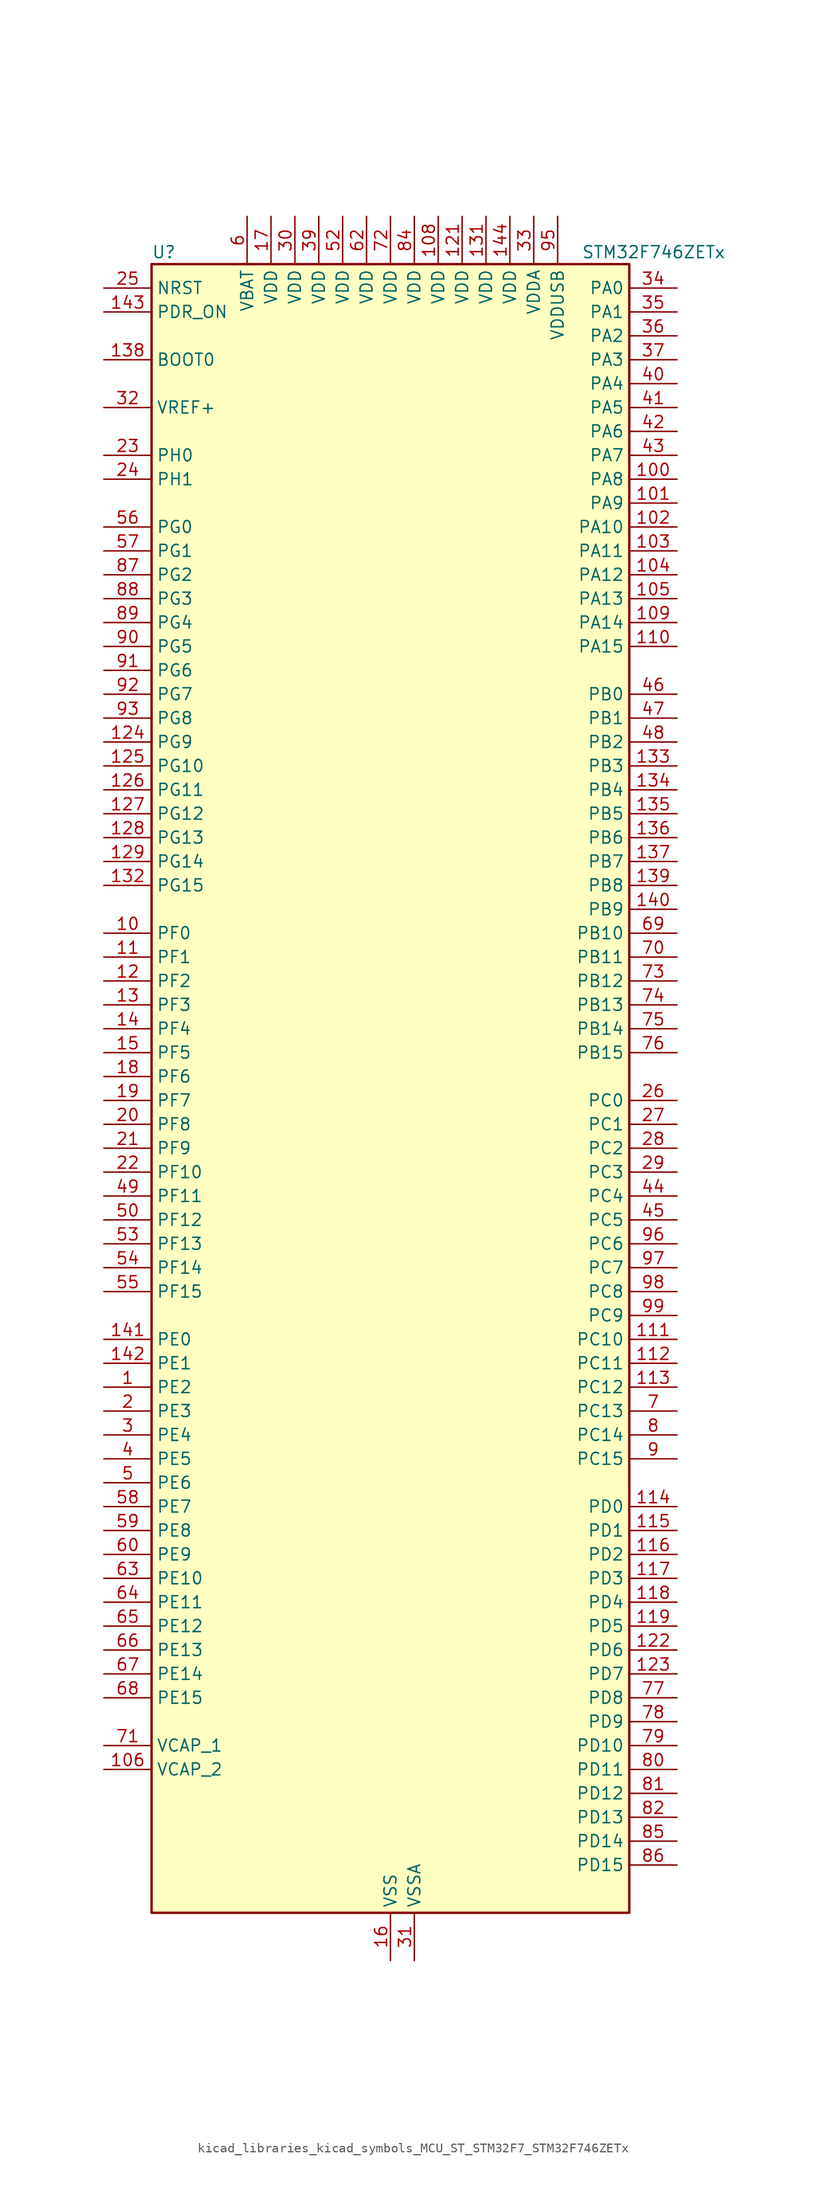
<source format=kicad_sym>
(kicad_symbol_lib
  (version 20220914)
  (generator kicad_symbol_editor)
  (symbol "kicad_libraries_kicad_symbols_MCU_ST_STM32F7_STM32F746ZETx"
    (property "Reference" "U"
      (at -25.4 90.17 0)
      (effects (font (size 1.27 1.27)) (justify left)))
    (property "Value" "STM32F746ZETx"
      (at 20.32 90.17 0)
      (effects (font (size 1.27 1.27)) (justify left)))
    (property "ki_locked" ""
      (at 0 0 0)
      (effects (font (size 1.27 1.27))))
    (symbol "kicad_libraries_kicad_symbols_MCU_ST_STM32F7_STM32F746ZETx_0_1"
      (rectangle (start -25.4 -86.36) (end 25.4 88.9) (stroke (width 0.254) (type default)) (fill (type background))))
    (symbol "kicad_libraries_kicad_symbols_MCU_ST_STM32F7_STM32F746ZETx_1_1"
      (pin bidirectional line (at -30.48 -30.48 0) (length 5.08) (name "PE2" (effects (font (size 1.27 1.27)))) (number "1" (effects (font (size 1.27 1.27)))) (alternate "ETH_TXD3" bidirectional line) (alternate "FMC_A23" bidirectional line) (alternate "QUADSPI_BK1_IO2" bidirectional line) (alternate "SAI1_MCLK_A" bidirectional line) (alternate "SPI4_SCK" bidirectional line) (alternate "SYS_TRACECLK" bidirectional line))
      (pin bidirectional line (at -30.48 17.78 0) (length 5.08) (name "PF0" (effects (font (size 1.27 1.27)))) (number "10" (effects (font (size 1.27 1.27)))) (alternate "FMC_A0" bidirectional line) (alternate "I2C2_SDA" bidirectional line))
      (pin bidirectional line (at 30.48 66.04 180) (length 5.08) (name "PA8" (effects (font (size 1.27 1.27)))) (number "100" (effects (font (size 1.27 1.27)))) (alternate "I2C3_SCL" bidirectional line) (alternate "LTDC_R6" bidirectional line) (alternate "RCC_MCO_1" bidirectional line) (alternate "TIM1_CH1" bidirectional line) (alternate "TIM8_BKIN2" bidirectional line) (alternate "USART1_CK" bidirectional line) (alternate "USB_OTG_FS_SOF" bidirectional line))
      (pin bidirectional line (at 30.48 63.5 180) (length 5.08) (name "PA9" (effects (font (size 1.27 1.27)))) (number "101" (effects (font (size 1.27 1.27)))) (alternate "DAC_EXTI9" bidirectional line) (alternate "DCMI_D0" bidirectional line) (alternate "I2C3_SMBA" bidirectional line) (alternate "I2S2_CK" bidirectional line) (alternate "SPI2_SCK" bidirectional line) (alternate "TIM1_CH2" bidirectional line) (alternate "USART1_TX" bidirectional line) (alternate "USB_OTG_FS_VBUS" bidirectional line))
      (pin bidirectional line (at 30.48 60.96 180) (length 5.08) (name "PA10" (effects (font (size 1.27 1.27)))) (number "102" (effects (font (size 1.27 1.27)))) (alternate "DCMI_D1" bidirectional line) (alternate "TIM1_CH3" bidirectional line) (alternate "USART1_RX" bidirectional line) (alternate "USB_OTG_FS_ID" bidirectional line))
      (pin bidirectional line (at 30.48 58.42 180) (length 5.08) (name "PA11" (effects (font (size 1.27 1.27)))) (number "103" (effects (font (size 1.27 1.27)))) (alternate "ADC1_EXTI11" bidirectional line) (alternate "ADC2_EXTI11" bidirectional line) (alternate "ADC3_EXTI11" bidirectional line) (alternate "CAN1_RX" bidirectional line) (alternate "LTDC_R4" bidirectional line) (alternate "TIM1_CH4" bidirectional line) (alternate "USART1_CTS" bidirectional line) (alternate "USB_OTG_FS_DM" bidirectional line))
      (pin bidirectional line (at 30.48 55.88 180) (length 5.08) (name "PA12" (effects (font (size 1.27 1.27)))) (number "104" (effects (font (size 1.27 1.27)))) (alternate "CAN1_TX" bidirectional line) (alternate "LTDC_R5" bidirectional line) (alternate "SAI2_FS_B" bidirectional line) (alternate "TIM1_ETR" bidirectional line) (alternate "USART1_DE" bidirectional line) (alternate "USART1_RTS" bidirectional line) (alternate "USB_OTG_FS_DP" bidirectional line))
      (pin bidirectional line (at 30.48 53.34 180) (length 5.08) (name "PA13" (effects (font (size 1.27 1.27)))) (number "105" (effects (font (size 1.27 1.27)))) (alternate "SYS_JTMS-SWDIO" bidirectional line))
      (pin power_out line (at -30.48 -71.12 0) (length 5.08) (name "VCAP_2" (effects (font (size 1.27 1.27)))) (number "106" (effects (font (size 1.27 1.27)))))
      (pin passive line (at 0 -91.44 90) (length 5.08) hide (name "VSS" (effects (font (size 1.27 1.27)))) (number "107" (effects (font (size 1.27 1.27)))))
      (pin power_in line (at 5.08 93.98 270) (length 5.08) (name "VDD" (effects (font (size 1.27 1.27)))) (number "108" (effects (font (size 1.27 1.27)))))
      (pin bidirectional line (at 30.48 50.8 180) (length 5.08) (name "PA14" (effects (font (size 1.27 1.27)))) (number "109" (effects (font (size 1.27 1.27)))) (alternate "SYS_JTCK-SWCLK" bidirectional line))
      (pin bidirectional line (at -30.48 15.24 0) (length 5.08) (name "PF1" (effects (font (size 1.27 1.27)))) (number "11" (effects (font (size 1.27 1.27)))) (alternate "FMC_A1" bidirectional line) (alternate "I2C2_SCL" bidirectional line))
      (pin bidirectional line (at 30.48 48.26 180) (length 5.08) (name "PA15" (effects (font (size 1.27 1.27)))) (number "110" (effects (font (size 1.27 1.27)))) (alternate "CEC" bidirectional line) (alternate "I2S1_WS" bidirectional line) (alternate "I2S3_WS" bidirectional line) (alternate "SPI1_NSS" bidirectional line) (alternate "SPI3_NSS" bidirectional line) (alternate "SYS_JTDI" bidirectional line) (alternate "TIM2_CH1" bidirectional line) (alternate "TIM2_ETR" bidirectional line) (alternate "UART4_DE" bidirectional line) (alternate "UART4_RTS" bidirectional line))
      (pin bidirectional line (at 30.48 -25.4 180) (length 5.08) (name "PC10" (effects (font (size 1.27 1.27)))) (number "111" (effects (font (size 1.27 1.27)))) (alternate "DCMI_D8" bidirectional line) (alternate "I2S3_CK" bidirectional line) (alternate "LTDC_R2" bidirectional line) (alternate "QUADSPI_BK1_IO1" bidirectional line) (alternate "SDMMC1_D2" bidirectional line) (alternate "SPI3_SCK" bidirectional line) (alternate "UART4_TX" bidirectional line) (alternate "USART3_TX" bidirectional line))
      (pin bidirectional line (at 30.48 -27.94 180) (length 5.08) (name "PC11" (effects (font (size 1.27 1.27)))) (number "112" (effects (font (size 1.27 1.27)))) (alternate "ADC1_EXTI11" bidirectional line) (alternate "ADC2_EXTI11" bidirectional line) (alternate "ADC3_EXTI11" bidirectional line) (alternate "DCMI_D4" bidirectional line) (alternate "QUADSPI_BK2_NCS" bidirectional line) (alternate "SDMMC1_D3" bidirectional line) (alternate "SPI3_MISO" bidirectional line) (alternate "UART4_RX" bidirectional line) (alternate "USART3_RX" bidirectional line))
      (pin bidirectional line (at 30.48 -30.48 180) (length 5.08) (name "PC12" (effects (font (size 1.27 1.27)))) (number "113" (effects (font (size 1.27 1.27)))) (alternate "DCMI_D9" bidirectional line) (alternate "I2S3_SD" bidirectional line) (alternate "SDMMC1_CK" bidirectional line) (alternate "SPI3_MOSI" bidirectional line) (alternate "SYS_TRACED3" bidirectional line) (alternate "UART5_TX" bidirectional line) (alternate "USART3_CK" bidirectional line))
      (pin bidirectional line (at 30.48 -43.18 180) (length 5.08) (name "PD0" (effects (font (size 1.27 1.27)))) (number "114" (effects (font (size 1.27 1.27)))) (alternate "CAN1_RX" bidirectional line) (alternate "FMC_D2" bidirectional line) (alternate "FMC_DA2" bidirectional line))
      (pin bidirectional line (at 30.48 -45.72 180) (length 5.08) (name "PD1" (effects (font (size 1.27 1.27)))) (number "115" (effects (font (size 1.27 1.27)))) (alternate "CAN1_TX" bidirectional line) (alternate "FMC_D3" bidirectional line) (alternate "FMC_DA3" bidirectional line))
      (pin bidirectional line (at 30.48 -48.26 180) (length 5.08) (name "PD2" (effects (font (size 1.27 1.27)))) (number "116" (effects (font (size 1.27 1.27)))) (alternate "DCMI_D11" bidirectional line) (alternate "SDMMC1_CMD" bidirectional line) (alternate "SYS_TRACED2" bidirectional line) (alternate "TIM3_ETR" bidirectional line) (alternate "UART5_RX" bidirectional line))
      (pin bidirectional line (at 30.48 -50.8 180) (length 5.08) (name "PD3" (effects (font (size 1.27 1.27)))) (number "117" (effects (font (size 1.27 1.27)))) (alternate "DCMI_D5" bidirectional line) (alternate "FMC_CLK" bidirectional line) (alternate "I2S2_CK" bidirectional line) (alternate "LTDC_G7" bidirectional line) (alternate "SPI2_SCK" bidirectional line) (alternate "USART2_CTS" bidirectional line))
      (pin bidirectional line (at 30.48 -53.34 180) (length 5.08) (name "PD4" (effects (font (size 1.27 1.27)))) (number "118" (effects (font (size 1.27 1.27)))) (alternate "FMC_NOE" bidirectional line) (alternate "USART2_DE" bidirectional line) (alternate "USART2_RTS" bidirectional line))
      (pin bidirectional line (at 30.48 -55.88 180) (length 5.08) (name "PD5" (effects (font (size 1.27 1.27)))) (number "119" (effects (font (size 1.27 1.27)))) (alternate "FMC_NWE" bidirectional line) (alternate "USART2_TX" bidirectional line))
      (pin bidirectional line (at -30.48 12.7 0) (length 5.08) (name "PF2" (effects (font (size 1.27 1.27)))) (number "12" (effects (font (size 1.27 1.27)))) (alternate "FMC_A2" bidirectional line) (alternate "I2C2_SMBA" bidirectional line))
      (pin passive line (at 0 -91.44 90) (length 5.08) hide (name "VSS" (effects (font (size 1.27 1.27)))) (number "120" (effects (font (size 1.27 1.27)))))
      (pin power_in line (at 7.62 93.98 270) (length 5.08) (name "VDD" (effects (font (size 1.27 1.27)))) (number "121" (effects (font (size 1.27 1.27)))))
      (pin bidirectional line (at 30.48 -58.42 180) (length 5.08) (name "PD6" (effects (font (size 1.27 1.27)))) (number "122" (effects (font (size 1.27 1.27)))) (alternate "DCMI_D10" bidirectional line) (alternate "FMC_NWAIT" bidirectional line) (alternate "I2S3_SD" bidirectional line) (alternate "LTDC_B2" bidirectional line) (alternate "SAI1_SD_A" bidirectional line) (alternate "SPI3_MOSI" bidirectional line) (alternate "USART2_RX" bidirectional line))
      (pin bidirectional line (at 30.48 -60.96 180) (length 5.08) (name "PD7" (effects (font (size 1.27 1.27)))) (number "123" (effects (font (size 1.27 1.27)))) (alternate "FMC_NE1" bidirectional line) (alternate "SPDIFRX_IN0" bidirectional line) (alternate "USART2_CK" bidirectional line))
      (pin bidirectional line (at -30.48 38.1 0) (length 5.08) (name "PG9" (effects (font (size 1.27 1.27)))) (number "124" (effects (font (size 1.27 1.27)))) (alternate "DAC_EXTI9" bidirectional line) (alternate "DCMI_VSYNC" bidirectional line) (alternate "FMC_NCE" bidirectional line) (alternate "FMC_NE2" bidirectional line) (alternate "QUADSPI_BK2_IO2" bidirectional line) (alternate "SAI2_FS_B" bidirectional line) (alternate "SPDIFRX_IN3" bidirectional line) (alternate "USART6_RX" bidirectional line))
      (pin bidirectional line (at -30.48 35.56 0) (length 5.08) (name "PG10" (effects (font (size 1.27 1.27)))) (number "125" (effects (font (size 1.27 1.27)))) (alternate "DCMI_D2" bidirectional line) (alternate "FMC_NE3" bidirectional line) (alternate "LTDC_B2" bidirectional line) (alternate "LTDC_G3" bidirectional line) (alternate "SAI2_SD_B" bidirectional line))
      (pin bidirectional line (at -30.48 33.02 0) (length 5.08) (name "PG11" (effects (font (size 1.27 1.27)))) (number "126" (effects (font (size 1.27 1.27)))) (alternate "ADC1_EXTI11" bidirectional line) (alternate "ADC2_EXTI11" bidirectional line) (alternate "ADC3_EXTI11" bidirectional line) (alternate "DCMI_D3" bidirectional line) (alternate "ETH_TX_EN" bidirectional line) (alternate "LTDC_B3" bidirectional line) (alternate "SPDIFRX_IN0" bidirectional line))
      (pin bidirectional line (at -30.48 30.48 0) (length 5.08) (name "PG12" (effects (font (size 1.27 1.27)))) (number "127" (effects (font (size 1.27 1.27)))) (alternate "FMC_NE4" bidirectional line) (alternate "LPTIM1_IN1" bidirectional line) (alternate "LTDC_B1" bidirectional line) (alternate "LTDC_B4" bidirectional line) (alternate "SPDIFRX_IN1" bidirectional line) (alternate "SPI6_MISO" bidirectional line) (alternate "USART6_DE" bidirectional line) (alternate "USART6_RTS" bidirectional line))
      (pin bidirectional line (at -30.48 27.94 0) (length 5.08) (name "PG13" (effects (font (size 1.27 1.27)))) (number "128" (effects (font (size 1.27 1.27)))) (alternate "ETH_TXD0" bidirectional line) (alternate "FMC_A24" bidirectional line) (alternate "LPTIM1_OUT" bidirectional line) (alternate "LTDC_R0" bidirectional line) (alternate "SPI6_SCK" bidirectional line) (alternate "SYS_TRACED0" bidirectional line) (alternate "USART6_CTS" bidirectional line))
      (pin bidirectional line (at -30.48 25.4 0) (length 5.08) (name "PG14" (effects (font (size 1.27 1.27)))) (number "129" (effects (font (size 1.27 1.27)))) (alternate "ETH_TXD1" bidirectional line) (alternate "FMC_A25" bidirectional line) (alternate "LPTIM1_ETR" bidirectional line) (alternate "LTDC_B0" bidirectional line) (alternate "QUADSPI_BK2_IO3" bidirectional line) (alternate "SPI6_MOSI" bidirectional line) (alternate "SYS_TRACED1" bidirectional line) (alternate "USART6_TX" bidirectional line))
      (pin bidirectional line (at -30.48 10.16 0) (length 5.08) (name "PF3" (effects (font (size 1.27 1.27)))) (number "13" (effects (font (size 1.27 1.27)))) (alternate "ADC3_IN9" bidirectional line) (alternate "FMC_A3" bidirectional line))
      (pin passive line (at 0 -91.44 90) (length 5.08) hide (name "VSS" (effects (font (size 1.27 1.27)))) (number "130" (effects (font (size 1.27 1.27)))))
      (pin power_in line (at 10.16 93.98 270) (length 5.08) (name "VDD" (effects (font (size 1.27 1.27)))) (number "131" (effects (font (size 1.27 1.27)))))
      (pin bidirectional line (at -30.48 22.86 0) (length 5.08) (name "PG15" (effects (font (size 1.27 1.27)))) (number "132" (effects (font (size 1.27 1.27)))) (alternate "DCMI_D13" bidirectional line) (alternate "FMC_SDNCAS" bidirectional line) (alternate "USART6_CTS" bidirectional line))
      (pin bidirectional line (at 30.48 35.56 180) (length 5.08) (name "PB3" (effects (font (size 1.27 1.27)))) (number "133" (effects (font (size 1.27 1.27)))) (alternate "I2S1_CK" bidirectional line) (alternate "I2S3_CK" bidirectional line) (alternate "SPI1_SCK" bidirectional line) (alternate "SPI3_SCK" bidirectional line) (alternate "SYS_JTDO-SWO" bidirectional line) (alternate "TIM2_CH2" bidirectional line))
      (pin bidirectional line (at 30.48 33.02 180) (length 5.08) (name "PB4" (effects (font (size 1.27 1.27)))) (number "134" (effects (font (size 1.27 1.27)))) (alternate "I2S2_WS" bidirectional line) (alternate "SPI1_MISO" bidirectional line) (alternate "SPI2_NSS" bidirectional line) (alternate "SPI3_MISO" bidirectional line) (alternate "SYS_JTRST" bidirectional line) (alternate "TIM3_CH1" bidirectional line))
      (pin bidirectional line (at 30.48 30.48 180) (length 5.08) (name "PB5" (effects (font (size 1.27 1.27)))) (number "135" (effects (font (size 1.27 1.27)))) (alternate "CAN2_RX" bidirectional line) (alternate "DCMI_D10" bidirectional line) (alternate "ETH_PPS_OUT" bidirectional line) (alternate "FMC_SDCKE1" bidirectional line) (alternate "I2C1_SMBA" bidirectional line) (alternate "I2S1_SD" bidirectional line) (alternate "I2S3_SD" bidirectional line) (alternate "SPI1_MOSI" bidirectional line) (alternate "SPI3_MOSI" bidirectional line) (alternate "TIM3_CH2" bidirectional line) (alternate "USB_OTG_HS_ULPI_D7" bidirectional line))
      (pin bidirectional line (at 30.48 27.94 180) (length 5.08) (name "PB6" (effects (font (size 1.27 1.27)))) (number "136" (effects (font (size 1.27 1.27)))) (alternate "CAN2_TX" bidirectional line) (alternate "CEC" bidirectional line) (alternate "DCMI_D5" bidirectional line) (alternate "FMC_SDNE1" bidirectional line) (alternate "I2C1_SCL" bidirectional line) (alternate "QUADSPI_BK1_NCS" bidirectional line) (alternate "TIM4_CH1" bidirectional line) (alternate "USART1_TX" bidirectional line))
      (pin bidirectional line (at 30.48 25.4 180) (length 5.08) (name "PB7" (effects (font (size 1.27 1.27)))) (number "137" (effects (font (size 1.27 1.27)))) (alternate "DCMI_VSYNC" bidirectional line) (alternate "FMC_NL" bidirectional line) (alternate "I2C1_SDA" bidirectional line) (alternate "TIM4_CH2" bidirectional line) (alternate "USART1_RX" bidirectional line))
      (pin input line (at -30.48 78.74 0) (length 5.08) (name "BOOT0" (effects (font (size 1.27 1.27)))) (number "138" (effects (font (size 1.27 1.27)))))
      (pin bidirectional line (at 30.48 22.86 180) (length 5.08) (name "PB8" (effects (font (size 1.27 1.27)))) (number "139" (effects (font (size 1.27 1.27)))) (alternate "CAN1_RX" bidirectional line) (alternate "DCMI_D6" bidirectional line) (alternate "ETH_TXD3" bidirectional line) (alternate "I2C1_SCL" bidirectional line) (alternate "LTDC_B6" bidirectional line) (alternate "SDMMC1_D4" bidirectional line) (alternate "TIM10_CH1" bidirectional line) (alternate "TIM4_CH3" bidirectional line))
      (pin bidirectional line (at -30.48 7.62 0) (length 5.08) (name "PF4" (effects (font (size 1.27 1.27)))) (number "14" (effects (font (size 1.27 1.27)))) (alternate "ADC3_IN14" bidirectional line) (alternate "FMC_A4" bidirectional line))
      (pin bidirectional line (at 30.48 20.32 180) (length 5.08) (name "PB9" (effects (font (size 1.27 1.27)))) (number "140" (effects (font (size 1.27 1.27)))) (alternate "CAN1_TX" bidirectional line) (alternate "DAC_EXTI9" bidirectional line) (alternate "DCMI_D7" bidirectional line) (alternate "I2C1_SDA" bidirectional line) (alternate "I2S2_WS" bidirectional line) (alternate "LTDC_B7" bidirectional line) (alternate "SDMMC1_D5" bidirectional line) (alternate "SPI2_NSS" bidirectional line) (alternate "TIM11_CH1" bidirectional line) (alternate "TIM4_CH4" bidirectional line))
      (pin bidirectional line (at -30.48 -25.4 0) (length 5.08) (name "PE0" (effects (font (size 1.27 1.27)))) (number "141" (effects (font (size 1.27 1.27)))) (alternate "DCMI_D2" bidirectional line) (alternate "FMC_NBL0" bidirectional line) (alternate "LPTIM1_ETR" bidirectional line) (alternate "SAI2_MCLK_A" bidirectional line) (alternate "TIM4_ETR" bidirectional line) (alternate "UART8_RX" bidirectional line))
      (pin bidirectional line (at -30.48 -27.94 0) (length 5.08) (name "PE1" (effects (font (size 1.27 1.27)))) (number "142" (effects (font (size 1.27 1.27)))) (alternate "DCMI_D3" bidirectional line) (alternate "FMC_NBL1" bidirectional line) (alternate "LPTIM1_IN2" bidirectional line) (alternate "UART8_TX" bidirectional line))
      (pin input line (at -30.48 83.82 0) (length 5.08) (name "PDR_ON" (effects (font (size 1.27 1.27)))) (number "143" (effects (font (size 1.27 1.27)))))
      (pin power_in line (at 12.7 93.98 270) (length 5.08) (name "VDD" (effects (font (size 1.27 1.27)))) (number "144" (effects (font (size 1.27 1.27)))))
      (pin bidirectional line (at -30.48 5.08 0) (length 5.08) (name "PF5" (effects (font (size 1.27 1.27)))) (number "15" (effects (font (size 1.27 1.27)))) (alternate "ADC3_IN15" bidirectional line) (alternate "FMC_A5" bidirectional line))
      (pin power_in line (at 0 -91.44 90) (length 5.08) (name "VSS" (effects (font (size 1.27 1.27)))) (number "16" (effects (font (size 1.27 1.27)))))
      (pin power_in line (at -12.7 93.98 270) (length 5.08) (name "VDD" (effects (font (size 1.27 1.27)))) (number "17" (effects (font (size 1.27 1.27)))))
      (pin bidirectional line (at -30.48 2.54 0) (length 5.08) (name "PF6" (effects (font (size 1.27 1.27)))) (number "18" (effects (font (size 1.27 1.27)))) (alternate "ADC3_IN4" bidirectional line) (alternate "QUADSPI_BK1_IO3" bidirectional line) (alternate "SAI1_SD_B" bidirectional line) (alternate "SPI5_NSS" bidirectional line) (alternate "TIM10_CH1" bidirectional line) (alternate "UART7_RX" bidirectional line))
      (pin bidirectional line (at -30.48 0 0) (length 5.08) (name "PF7" (effects (font (size 1.27 1.27)))) (number "19" (effects (font (size 1.27 1.27)))) (alternate "ADC3_IN5" bidirectional line) (alternate "QUADSPI_BK1_IO2" bidirectional line) (alternate "SAI1_MCLK_B" bidirectional line) (alternate "SPI5_SCK" bidirectional line) (alternate "TIM11_CH1" bidirectional line) (alternate "UART7_TX" bidirectional line))
      (pin bidirectional line (at -30.48 -33.02 0) (length 5.08) (name "PE3" (effects (font (size 1.27 1.27)))) (number "2" (effects (font (size 1.27 1.27)))) (alternate "FMC_A19" bidirectional line) (alternate "SAI1_SD_B" bidirectional line) (alternate "SYS_TRACED0" bidirectional line))
      (pin bidirectional line (at -30.48 -2.54 0) (length 5.08) (name "PF8" (effects (font (size 1.27 1.27)))) (number "20" (effects (font (size 1.27 1.27)))) (alternate "ADC3_IN6" bidirectional line) (alternate "QUADSPI_BK1_IO0" bidirectional line) (alternate "SAI1_SCK_B" bidirectional line) (alternate "SPI5_MISO" bidirectional line) (alternate "TIM13_CH1" bidirectional line) (alternate "UART7_DE" bidirectional line) (alternate "UART7_RTS" bidirectional line))
      (pin bidirectional line (at -30.48 -5.08 0) (length 5.08) (name "PF9" (effects (font (size 1.27 1.27)))) (number "21" (effects (font (size 1.27 1.27)))) (alternate "ADC3_IN7" bidirectional line) (alternate "DAC_EXTI9" bidirectional line) (alternate "QUADSPI_BK1_IO1" bidirectional line) (alternate "SAI1_FS_B" bidirectional line) (alternate "SPI5_MOSI" bidirectional line) (alternate "TIM14_CH1" bidirectional line) (alternate "UART7_CTS" bidirectional line))
      (pin bidirectional line (at -30.48 -7.62 0) (length 5.08) (name "PF10" (effects (font (size 1.27 1.27)))) (number "22" (effects (font (size 1.27 1.27)))) (alternate "ADC3_IN8" bidirectional line) (alternate "DCMI_D11" bidirectional line) (alternate "LTDC_DE" bidirectional line))
      (pin bidirectional line (at -30.48 68.58 0) (length 5.08) (name "PH0" (effects (font (size 1.27 1.27)))) (number "23" (effects (font (size 1.27 1.27)))) (alternate "RCC_OSC_IN" bidirectional line))
      (pin bidirectional line (at -30.48 66.04 0) (length 5.08) (name "PH1" (effects (font (size 1.27 1.27)))) (number "24" (effects (font (size 1.27 1.27)))) (alternate "RCC_OSC_OUT" bidirectional line))
      (pin input line (at -30.48 86.36 0) (length 5.08) (name "NRST" (effects (font (size 1.27 1.27)))) (number "25" (effects (font (size 1.27 1.27)))))
      (pin bidirectional line (at 30.48 0 180) (length 5.08) (name "PC0" (effects (font (size 1.27 1.27)))) (number "26" (effects (font (size 1.27 1.27)))) (alternate "ADC1_IN10" bidirectional line) (alternate "ADC2_IN10" bidirectional line) (alternate "ADC3_IN10" bidirectional line) (alternate "FMC_SDNWE" bidirectional line) (alternate "LTDC_R5" bidirectional line) (alternate "SAI2_FS_B" bidirectional line) (alternate "USB_OTG_HS_ULPI_STP" bidirectional line))
      (pin bidirectional line (at 30.48 -2.54 180) (length 5.08) (name "PC1" (effects (font (size 1.27 1.27)))) (number "27" (effects (font (size 1.27 1.27)))) (alternate "ADC1_IN11" bidirectional line) (alternate "ADC2_IN11" bidirectional line) (alternate "ADC3_IN11" bidirectional line) (alternate "ETH_MDC" bidirectional line) (alternate "I2S2_SD" bidirectional line) (alternate "RTC_TAMP3" bidirectional line) (alternate "RTC_TS" bidirectional line) (alternate "SAI1_SD_A" bidirectional line) (alternate "SPI2_MOSI" bidirectional line) (alternate "SYS_TRACED0" bidirectional line) (alternate "SYS_WKUP3" bidirectional line))
      (pin bidirectional line (at 30.48 -5.08 180) (length 5.08) (name "PC2" (effects (font (size 1.27 1.27)))) (number "28" (effects (font (size 1.27 1.27)))) (alternate "ADC1_IN12" bidirectional line) (alternate "ADC2_IN12" bidirectional line) (alternate "ADC3_IN12" bidirectional line) (alternate "ETH_TXD2" bidirectional line) (alternate "FMC_SDNE0" bidirectional line) (alternate "SPI2_MISO" bidirectional line) (alternate "USB_OTG_HS_ULPI_DIR" bidirectional line))
      (pin bidirectional line (at 30.48 -7.62 180) (length 5.08) (name "PC3" (effects (font (size 1.27 1.27)))) (number "29" (effects (font (size 1.27 1.27)))) (alternate "ADC1_IN13" bidirectional line) (alternate "ADC2_IN13" bidirectional line) (alternate "ADC3_IN13" bidirectional line) (alternate "ETH_TX_CLK" bidirectional line) (alternate "FMC_SDCKE0" bidirectional line) (alternate "I2S2_SD" bidirectional line) (alternate "SPI2_MOSI" bidirectional line) (alternate "USB_OTG_HS_ULPI_NXT" bidirectional line))
      (pin bidirectional line (at -30.48 -35.56 0) (length 5.08) (name "PE4" (effects (font (size 1.27 1.27)))) (number "3" (effects (font (size 1.27 1.27)))) (alternate "DCMI_D4" bidirectional line) (alternate "FMC_A20" bidirectional line) (alternate "LTDC_B0" bidirectional line) (alternate "SAI1_FS_A" bidirectional line) (alternate "SPI4_NSS" bidirectional line) (alternate "SYS_TRACED1" bidirectional line))
      (pin power_in line (at -10.16 93.98 270) (length 5.08) (name "VDD" (effects (font (size 1.27 1.27)))) (number "30" (effects (font (size 1.27 1.27)))))
      (pin power_in line (at 2.54 -91.44 90) (length 5.08) (name "VSSA" (effects (font (size 1.27 1.27)))) (number "31" (effects (font (size 1.27 1.27)))))
      (pin input line (at -30.48 73.66 0) (length 5.08) (name "VREF+" (effects (font (size 1.27 1.27)))) (number "32" (effects (font (size 1.27 1.27)))))
      (pin power_in line (at 15.24 93.98 270) (length 5.08) (name "VDDA" (effects (font (size 1.27 1.27)))) (number "33" (effects (font (size 1.27 1.27)))))
      (pin bidirectional line (at 30.48 86.36 180) (length 5.08) (name "PA0" (effects (font (size 1.27 1.27)))) (number "34" (effects (font (size 1.27 1.27)))) (alternate "ADC1_IN0" bidirectional line) (alternate "ADC2_IN0" bidirectional line) (alternate "ADC3_IN0" bidirectional line) (alternate "ETH_CRS" bidirectional line) (alternate "SAI2_SD_B" bidirectional line) (alternate "SYS_WKUP1" bidirectional line) (alternate "TIM2_CH1" bidirectional line) (alternate "TIM2_ETR" bidirectional line) (alternate "TIM5_CH1" bidirectional line) (alternate "TIM8_ETR" bidirectional line) (alternate "UART4_TX" bidirectional line) (alternate "USART2_CTS" bidirectional line))
      (pin bidirectional line (at 30.48 83.82 180) (length 5.08) (name "PA1" (effects (font (size 1.27 1.27)))) (number "35" (effects (font (size 1.27 1.27)))) (alternate "ADC1_IN1" bidirectional line) (alternate "ADC2_IN1" bidirectional line) (alternate "ADC3_IN1" bidirectional line) (alternate "ETH_REF_CLK" bidirectional line) (alternate "ETH_RX_CLK" bidirectional line) (alternate "LTDC_R2" bidirectional line) (alternate "QUADSPI_BK1_IO3" bidirectional line) (alternate "SAI2_MCLK_B" bidirectional line) (alternate "TIM2_CH2" bidirectional line) (alternate "TIM5_CH2" bidirectional line) (alternate "UART4_RX" bidirectional line) (alternate "USART2_DE" bidirectional line) (alternate "USART2_RTS" bidirectional line))
      (pin bidirectional line (at 30.48 81.28 180) (length 5.08) (name "PA2" (effects (font (size 1.27 1.27)))) (number "36" (effects (font (size 1.27 1.27)))) (alternate "ADC1_IN2" bidirectional line) (alternate "ADC2_IN2" bidirectional line) (alternate "ADC3_IN2" bidirectional line) (alternate "ETH_MDIO" bidirectional line) (alternate "LTDC_R1" bidirectional line) (alternate "SAI2_SCK_B" bidirectional line) (alternate "SYS_WKUP2" bidirectional line) (alternate "TIM2_CH3" bidirectional line) (alternate "TIM5_CH3" bidirectional line) (alternate "TIM9_CH1" bidirectional line) (alternate "USART2_TX" bidirectional line))
      (pin bidirectional line (at 30.48 78.74 180) (length 5.08) (name "PA3" (effects (font (size 1.27 1.27)))) (number "37" (effects (font (size 1.27 1.27)))) (alternate "ADC1_IN3" bidirectional line) (alternate "ADC2_IN3" bidirectional line) (alternate "ADC3_IN3" bidirectional line) (alternate "ETH_COL" bidirectional line) (alternate "LTDC_B5" bidirectional line) (alternate "TIM2_CH4" bidirectional line) (alternate "TIM5_CH4" bidirectional line) (alternate "TIM9_CH2" bidirectional line) (alternate "USART2_RX" bidirectional line) (alternate "USB_OTG_HS_ULPI_D0" bidirectional line))
      (pin passive line (at 0 -91.44 90) (length 5.08) hide (name "VSS" (effects (font (size 1.27 1.27)))) (number "38" (effects (font (size 1.27 1.27)))))
      (pin power_in line (at -7.62 93.98 270) (length 5.08) (name "VDD" (effects (font (size 1.27 1.27)))) (number "39" (effects (font (size 1.27 1.27)))))
      (pin bidirectional line (at -30.48 -38.1 0) (length 5.08) (name "PE5" (effects (font (size 1.27 1.27)))) (number "4" (effects (font (size 1.27 1.27)))) (alternate "DCMI_D6" bidirectional line) (alternate "FMC_A21" bidirectional line) (alternate "LTDC_G0" bidirectional line) (alternate "SAI1_SCK_A" bidirectional line) (alternate "SPI4_MISO" bidirectional line) (alternate "SYS_TRACED2" bidirectional line) (alternate "TIM9_CH1" bidirectional line))
      (pin bidirectional line (at 30.48 76.2 180) (length 5.08) (name "PA4" (effects (font (size 1.27 1.27)))) (number "40" (effects (font (size 1.27 1.27)))) (alternate "ADC1_IN4" bidirectional line) (alternate "ADC2_IN4" bidirectional line) (alternate "DAC_OUT1" bidirectional line) (alternate "DCMI_HSYNC" bidirectional line) (alternate "I2S1_WS" bidirectional line) (alternate "I2S3_WS" bidirectional line) (alternate "LTDC_VSYNC" bidirectional line) (alternate "SPI1_NSS" bidirectional line) (alternate "SPI3_NSS" bidirectional line) (alternate "USART2_CK" bidirectional line) (alternate "USB_OTG_HS_SOF" bidirectional line))
      (pin bidirectional line (at 30.48 73.66 180) (length 5.08) (name "PA5" (effects (font (size 1.27 1.27)))) (number "41" (effects (font (size 1.27 1.27)))) (alternate "ADC1_IN5" bidirectional line) (alternate "ADC2_IN5" bidirectional line) (alternate "DAC_OUT2" bidirectional line) (alternate "I2S1_CK" bidirectional line) (alternate "LTDC_R4" bidirectional line) (alternate "SPI1_SCK" bidirectional line) (alternate "TIM2_CH1" bidirectional line) (alternate "TIM2_ETR" bidirectional line) (alternate "TIM8_CH1N" bidirectional line) (alternate "USB_OTG_HS_ULPI_CK" bidirectional line))
      (pin bidirectional line (at 30.48 71.12 180) (length 5.08) (name "PA6" (effects (font (size 1.27 1.27)))) (number "42" (effects (font (size 1.27 1.27)))) (alternate "ADC1_IN6" bidirectional line) (alternate "ADC2_IN6" bidirectional line) (alternate "DCMI_PIXCLK" bidirectional line) (alternate "LTDC_G2" bidirectional line) (alternate "SPI1_MISO" bidirectional line) (alternate "TIM13_CH1" bidirectional line) (alternate "TIM1_BKIN" bidirectional line) (alternate "TIM3_CH1" bidirectional line) (alternate "TIM8_BKIN" bidirectional line))
      (pin bidirectional line (at 30.48 68.58 180) (length 5.08) (name "PA7" (effects (font (size 1.27 1.27)))) (number "43" (effects (font (size 1.27 1.27)))) (alternate "ADC1_IN7" bidirectional line) (alternate "ADC2_IN7" bidirectional line) (alternate "ETH_CRS_DV" bidirectional line) (alternate "ETH_RX_DV" bidirectional line) (alternate "FMC_SDNWE" bidirectional line) (alternate "I2S1_SD" bidirectional line) (alternate "SPI1_MOSI" bidirectional line) (alternate "TIM14_CH1" bidirectional line) (alternate "TIM1_CH1N" bidirectional line) (alternate "TIM3_CH2" bidirectional line) (alternate "TIM8_CH1N" bidirectional line))
      (pin bidirectional line (at 30.48 -10.16 180) (length 5.08) (name "PC4" (effects (font (size 1.27 1.27)))) (number "44" (effects (font (size 1.27 1.27)))) (alternate "ADC1_IN14" bidirectional line) (alternate "ADC2_IN14" bidirectional line) (alternate "ETH_RXD0" bidirectional line) (alternate "FMC_SDNE0" bidirectional line) (alternate "I2S1_MCK" bidirectional line) (alternate "SPDIFRX_IN2" bidirectional line))
      (pin bidirectional line (at 30.48 -12.7 180) (length 5.08) (name "PC5" (effects (font (size 1.27 1.27)))) (number "45" (effects (font (size 1.27 1.27)))) (alternate "ADC1_IN15" bidirectional line) (alternate "ADC2_IN15" bidirectional line) (alternate "ETH_RXD1" bidirectional line) (alternate "FMC_SDCKE0" bidirectional line) (alternate "SPDIFRX_IN3" bidirectional line))
      (pin bidirectional line (at 30.48 43.18 180) (length 5.08) (name "PB0" (effects (font (size 1.27 1.27)))) (number "46" (effects (font (size 1.27 1.27)))) (alternate "ADC1_IN8" bidirectional line) (alternate "ADC2_IN8" bidirectional line) (alternate "ETH_RXD2" bidirectional line) (alternate "LTDC_R3" bidirectional line) (alternate "TIM1_CH2N" bidirectional line) (alternate "TIM3_CH3" bidirectional line) (alternate "TIM8_CH2N" bidirectional line) (alternate "UART4_CTS" bidirectional line) (alternate "USB_OTG_HS_ULPI_D1" bidirectional line))
      (pin bidirectional line (at 30.48 40.64 180) (length 5.08) (name "PB1" (effects (font (size 1.27 1.27)))) (number "47" (effects (font (size 1.27 1.27)))) (alternate "ADC1_IN9" bidirectional line) (alternate "ADC2_IN9" bidirectional line) (alternate "ETH_RXD3" bidirectional line) (alternate "LTDC_R6" bidirectional line) (alternate "TIM1_CH3N" bidirectional line) (alternate "TIM3_CH4" bidirectional line) (alternate "TIM8_CH3N" bidirectional line) (alternate "USB_OTG_HS_ULPI_D2" bidirectional line))
      (pin bidirectional line (at 30.48 38.1 180) (length 5.08) (name "PB2" (effects (font (size 1.27 1.27)))) (number "48" (effects (font (size 1.27 1.27)))) (alternate "I2S3_SD" bidirectional line) (alternate "QUADSPI_CLK" bidirectional line) (alternate "SAI1_SD_A" bidirectional line) (alternate "SPI3_MOSI" bidirectional line))
      (pin bidirectional line (at -30.48 -10.16 0) (length 5.08) (name "PF11" (effects (font (size 1.27 1.27)))) (number "49" (effects (font (size 1.27 1.27)))) (alternate "ADC1_EXTI11" bidirectional line) (alternate "ADC2_EXTI11" bidirectional line) (alternate "ADC3_EXTI11" bidirectional line) (alternate "DCMI_D12" bidirectional line) (alternate "FMC_SDNRAS" bidirectional line) (alternate "SAI2_SD_B" bidirectional line) (alternate "SPI5_MOSI" bidirectional line))
      (pin bidirectional line (at -30.48 -40.64 0) (length 5.08) (name "PE6" (effects (font (size 1.27 1.27)))) (number "5" (effects (font (size 1.27 1.27)))) (alternate "DCMI_D7" bidirectional line) (alternate "FMC_A22" bidirectional line) (alternate "LTDC_G1" bidirectional line) (alternate "SAI1_SD_A" bidirectional line) (alternate "SAI2_MCLK_B" bidirectional line) (alternate "SPI4_MOSI" bidirectional line) (alternate "SYS_TRACED3" bidirectional line) (alternate "TIM1_BKIN2" bidirectional line) (alternate "TIM9_CH2" bidirectional line))
      (pin bidirectional line (at -30.48 -12.7 0) (length 5.08) (name "PF12" (effects (font (size 1.27 1.27)))) (number "50" (effects (font (size 1.27 1.27)))) (alternate "FMC_A6" bidirectional line))
      (pin passive line (at 0 -91.44 90) (length 5.08) hide (name "VSS" (effects (font (size 1.27 1.27)))) (number "51" (effects (font (size 1.27 1.27)))))
      (pin power_in line (at -5.08 93.98 270) (length 5.08) (name "VDD" (effects (font (size 1.27 1.27)))) (number "52" (effects (font (size 1.27 1.27)))))
      (pin bidirectional line (at -30.48 -15.24 0) (length 5.08) (name "PF13" (effects (font (size 1.27 1.27)))) (number "53" (effects (font (size 1.27 1.27)))) (alternate "FMC_A7" bidirectional line) (alternate "I2C4_SMBA" bidirectional line))
      (pin bidirectional line (at -30.48 -17.78 0) (length 5.08) (name "PF14" (effects (font (size 1.27 1.27)))) (number "54" (effects (font (size 1.27 1.27)))) (alternate "FMC_A8" bidirectional line) (alternate "I2C4_SCL" bidirectional line))
      (pin bidirectional line (at -30.48 -20.32 0) (length 5.08) (name "PF15" (effects (font (size 1.27 1.27)))) (number "55" (effects (font (size 1.27 1.27)))) (alternate "FMC_A9" bidirectional line) (alternate "I2C4_SDA" bidirectional line))
      (pin bidirectional line (at -30.48 60.96 0) (length 5.08) (name "PG0" (effects (font (size 1.27 1.27)))) (number "56" (effects (font (size 1.27 1.27)))) (alternate "FMC_A10" bidirectional line))
      (pin bidirectional line (at -30.48 58.42 0) (length 5.08) (name "PG1" (effects (font (size 1.27 1.27)))) (number "57" (effects (font (size 1.27 1.27)))) (alternate "FMC_A11" bidirectional line))
      (pin bidirectional line (at -30.48 -43.18 0) (length 5.08) (name "PE7" (effects (font (size 1.27 1.27)))) (number "58" (effects (font (size 1.27 1.27)))) (alternate "FMC_D4" bidirectional line) (alternate "FMC_DA4" bidirectional line) (alternate "QUADSPI_BK2_IO0" bidirectional line) (alternate "TIM1_ETR" bidirectional line) (alternate "UART7_RX" bidirectional line))
      (pin bidirectional line (at -30.48 -45.72 0) (length 5.08) (name "PE8" (effects (font (size 1.27 1.27)))) (number "59" (effects (font (size 1.27 1.27)))) (alternate "FMC_D5" bidirectional line) (alternate "FMC_DA5" bidirectional line) (alternate "QUADSPI_BK2_IO1" bidirectional line) (alternate "TIM1_CH1N" bidirectional line) (alternate "UART7_TX" bidirectional line))
      (pin power_in line (at -15.24 93.98 270) (length 5.08) (name "VBAT" (effects (font (size 1.27 1.27)))) (number "6" (effects (font (size 1.27 1.27)))))
      (pin bidirectional line (at -30.48 -48.26 0) (length 5.08) (name "PE9" (effects (font (size 1.27 1.27)))) (number "60" (effects (font (size 1.27 1.27)))) (alternate "DAC_EXTI9" bidirectional line) (alternate "FMC_D6" bidirectional line) (alternate "FMC_DA6" bidirectional line) (alternate "QUADSPI_BK2_IO2" bidirectional line) (alternate "TIM1_CH1" bidirectional line) (alternate "UART7_DE" bidirectional line) (alternate "UART7_RTS" bidirectional line))
      (pin passive line (at 0 -91.44 90) (length 5.08) hide (name "VSS" (effects (font (size 1.27 1.27)))) (number "61" (effects (font (size 1.27 1.27)))))
      (pin power_in line (at -2.54 93.98 270) (length 5.08) (name "VDD" (effects (font (size 1.27 1.27)))) (number "62" (effects (font (size 1.27 1.27)))))
      (pin bidirectional line (at -30.48 -50.8 0) (length 5.08) (name "PE10" (effects (font (size 1.27 1.27)))) (number "63" (effects (font (size 1.27 1.27)))) (alternate "FMC_D7" bidirectional line) (alternate "FMC_DA7" bidirectional line) (alternate "QUADSPI_BK2_IO3" bidirectional line) (alternate "TIM1_CH2N" bidirectional line) (alternate "UART7_CTS" bidirectional line))
      (pin bidirectional line (at -30.48 -53.34 0) (length 5.08) (name "PE11" (effects (font (size 1.27 1.27)))) (number "64" (effects (font (size 1.27 1.27)))) (alternate "ADC1_EXTI11" bidirectional line) (alternate "ADC2_EXTI11" bidirectional line) (alternate "ADC3_EXTI11" bidirectional line) (alternate "FMC_D8" bidirectional line) (alternate "FMC_DA8" bidirectional line) (alternate "LTDC_G3" bidirectional line) (alternate "SAI2_SD_B" bidirectional line) (alternate "SPI4_NSS" bidirectional line) (alternate "TIM1_CH2" bidirectional line))
      (pin bidirectional line (at -30.48 -55.88 0) (length 5.08) (name "PE12" (effects (font (size 1.27 1.27)))) (number "65" (effects (font (size 1.27 1.27)))) (alternate "FMC_D9" bidirectional line) (alternate "FMC_DA9" bidirectional line) (alternate "LTDC_B4" bidirectional line) (alternate "SAI2_SCK_B" bidirectional line) (alternate "SPI4_SCK" bidirectional line) (alternate "TIM1_CH3N" bidirectional line))
      (pin bidirectional line (at -30.48 -58.42 0) (length 5.08) (name "PE13" (effects (font (size 1.27 1.27)))) (number "66" (effects (font (size 1.27 1.27)))) (alternate "FMC_D10" bidirectional line) (alternate "FMC_DA10" bidirectional line) (alternate "LTDC_DE" bidirectional line) (alternate "SAI2_FS_B" bidirectional line) (alternate "SPI4_MISO" bidirectional line) (alternate "TIM1_CH3" bidirectional line))
      (pin bidirectional line (at -30.48 -60.96 0) (length 5.08) (name "PE14" (effects (font (size 1.27 1.27)))) (number "67" (effects (font (size 1.27 1.27)))) (alternate "FMC_D11" bidirectional line) (alternate "FMC_DA11" bidirectional line) (alternate "LTDC_CLK" bidirectional line) (alternate "SAI2_MCLK_B" bidirectional line) (alternate "SPI4_MOSI" bidirectional line) (alternate "TIM1_CH4" bidirectional line))
      (pin bidirectional line (at -30.48 -63.5 0) (length 5.08) (name "PE15" (effects (font (size 1.27 1.27)))) (number "68" (effects (font (size 1.27 1.27)))) (alternate "FMC_D12" bidirectional line) (alternate "FMC_DA12" bidirectional line) (alternate "LTDC_R7" bidirectional line) (alternate "TIM1_BKIN" bidirectional line))
      (pin bidirectional line (at 30.48 17.78 180) (length 5.08) (name "PB10" (effects (font (size 1.27 1.27)))) (number "69" (effects (font (size 1.27 1.27)))) (alternate "ETH_RX_ER" bidirectional line) (alternate "I2C2_SCL" bidirectional line) (alternate "I2S2_CK" bidirectional line) (alternate "LTDC_G4" bidirectional line) (alternate "SPI2_SCK" bidirectional line) (alternate "TIM2_CH3" bidirectional line) (alternate "USART3_TX" bidirectional line) (alternate "USB_OTG_HS_ULPI_D3" bidirectional line))
      (pin bidirectional line (at 30.48 -33.02 180) (length 5.08) (name "PC13" (effects (font (size 1.27 1.27)))) (number "7" (effects (font (size 1.27 1.27)))) (alternate "RTC_OUT" bidirectional line) (alternate "RTC_TAMP1" bidirectional line) (alternate "RTC_TS" bidirectional line) (alternate "SYS_WKUP4" bidirectional line))
      (pin bidirectional line (at 30.48 15.24 180) (length 5.08) (name "PB11" (effects (font (size 1.27 1.27)))) (number "70" (effects (font (size 1.27 1.27)))) (alternate "ADC1_EXTI11" bidirectional line) (alternate "ADC2_EXTI11" bidirectional line) (alternate "ADC3_EXTI11" bidirectional line) (alternate "ETH_TX_EN" bidirectional line) (alternate "I2C2_SDA" bidirectional line) (alternate "LTDC_G5" bidirectional line) (alternate "TIM2_CH4" bidirectional line) (alternate "USART3_RX" bidirectional line) (alternate "USB_OTG_HS_ULPI_D4" bidirectional line))
      (pin power_out line (at -30.48 -68.58 0) (length 5.08) (name "VCAP_1" (effects (font (size 1.27 1.27)))) (number "71" (effects (font (size 1.27 1.27)))))
      (pin power_in line (at 0 93.98 270) (length 5.08) (name "VDD" (effects (font (size 1.27 1.27)))) (number "72" (effects (font (size 1.27 1.27)))))
      (pin bidirectional line (at 30.48 12.7 180) (length 5.08) (name "PB12" (effects (font (size 1.27 1.27)))) (number "73" (effects (font (size 1.27 1.27)))) (alternate "CAN2_RX" bidirectional line) (alternate "ETH_TXD0" bidirectional line) (alternate "I2C2_SMBA" bidirectional line) (alternate "I2S2_WS" bidirectional line) (alternate "SPI2_NSS" bidirectional line) (alternate "TIM1_BKIN" bidirectional line) (alternate "USART3_CK" bidirectional line) (alternate "USB_OTG_HS_ID" bidirectional line) (alternate "USB_OTG_HS_ULPI_D5" bidirectional line))
      (pin bidirectional line (at 30.48 10.16 180) (length 5.08) (name "PB13" (effects (font (size 1.27 1.27)))) (number "74" (effects (font (size 1.27 1.27)))) (alternate "CAN2_TX" bidirectional line) (alternate "ETH_TXD1" bidirectional line) (alternate "I2S2_CK" bidirectional line) (alternate "SPI2_SCK" bidirectional line) (alternate "TIM1_CH1N" bidirectional line) (alternate "USART3_CTS" bidirectional line) (alternate "USB_OTG_HS_ULPI_D6" bidirectional line) (alternate "USB_OTG_HS_VBUS" bidirectional line))
      (pin bidirectional line (at 30.48 7.62 180) (length 5.08) (name "PB14" (effects (font (size 1.27 1.27)))) (number "75" (effects (font (size 1.27 1.27)))) (alternate "SPI2_MISO" bidirectional line) (alternate "TIM12_CH1" bidirectional line) (alternate "TIM1_CH2N" bidirectional line) (alternate "TIM8_CH2N" bidirectional line) (alternate "USART3_DE" bidirectional line) (alternate "USART3_RTS" bidirectional line) (alternate "USB_OTG_HS_DM" bidirectional line))
      (pin bidirectional line (at 30.48 5.08 180) (length 5.08) (name "PB15" (effects (font (size 1.27 1.27)))) (number "76" (effects (font (size 1.27 1.27)))) (alternate "I2S2_SD" bidirectional line) (alternate "RTC_REFIN" bidirectional line) (alternate "SPI2_MOSI" bidirectional line) (alternate "TIM12_CH2" bidirectional line) (alternate "TIM1_CH3N" bidirectional line) (alternate "TIM8_CH3N" bidirectional line) (alternate "USB_OTG_HS_DP" bidirectional line))
      (pin bidirectional line (at 30.48 -63.5 180) (length 5.08) (name "PD8" (effects (font (size 1.27 1.27)))) (number "77" (effects (font (size 1.27 1.27)))) (alternate "FMC_D13" bidirectional line) (alternate "FMC_DA13" bidirectional line) (alternate "SPDIFRX_IN1" bidirectional line) (alternate "USART3_TX" bidirectional line))
      (pin bidirectional line (at 30.48 -66.04 180) (length 5.08) (name "PD9" (effects (font (size 1.27 1.27)))) (number "78" (effects (font (size 1.27 1.27)))) (alternate "DAC_EXTI9" bidirectional line) (alternate "FMC_D14" bidirectional line) (alternate "FMC_DA14" bidirectional line) (alternate "USART3_RX" bidirectional line))
      (pin bidirectional line (at 30.48 -68.58 180) (length 5.08) (name "PD10" (effects (font (size 1.27 1.27)))) (number "79" (effects (font (size 1.27 1.27)))) (alternate "FMC_D15" bidirectional line) (alternate "FMC_DA15" bidirectional line) (alternate "LTDC_B3" bidirectional line) (alternate "USART3_CK" bidirectional line))
      (pin bidirectional line (at 30.48 -35.56 180) (length 5.08) (name "PC14" (effects (font (size 1.27 1.27)))) (number "8" (effects (font (size 1.27 1.27)))) (alternate "RCC_OSC32_IN" bidirectional line))
      (pin bidirectional line (at 30.48 -71.12 180) (length 5.08) (name "PD11" (effects (font (size 1.27 1.27)))) (number "80" (effects (font (size 1.27 1.27)))) (alternate "ADC1_EXTI11" bidirectional line) (alternate "ADC2_EXTI11" bidirectional line) (alternate "ADC3_EXTI11" bidirectional line) (alternate "FMC_A16" bidirectional line) (alternate "FMC_CLE" bidirectional line) (alternate "I2C4_SMBA" bidirectional line) (alternate "QUADSPI_BK1_IO0" bidirectional line) (alternate "SAI2_SD_A" bidirectional line) (alternate "USART3_CTS" bidirectional line))
      (pin bidirectional line (at 30.48 -73.66 180) (length 5.08) (name "PD12" (effects (font (size 1.27 1.27)))) (number "81" (effects (font (size 1.27 1.27)))) (alternate "FMC_A17" bidirectional line) (alternate "FMC_ALE" bidirectional line) (alternate "I2C4_SCL" bidirectional line) (alternate "LPTIM1_IN1" bidirectional line) (alternate "QUADSPI_BK1_IO1" bidirectional line) (alternate "SAI2_FS_A" bidirectional line) (alternate "TIM4_CH1" bidirectional line) (alternate "USART3_DE" bidirectional line) (alternate "USART3_RTS" bidirectional line))
      (pin bidirectional line (at 30.48 -76.2 180) (length 5.08) (name "PD13" (effects (font (size 1.27 1.27)))) (number "82" (effects (font (size 1.27 1.27)))) (alternate "FMC_A18" bidirectional line) (alternate "I2C4_SDA" bidirectional line) (alternate "LPTIM1_OUT" bidirectional line) (alternate "QUADSPI_BK1_IO3" bidirectional line) (alternate "SAI2_SCK_A" bidirectional line) (alternate "TIM4_CH2" bidirectional line))
      (pin passive line (at 0 -91.44 90) (length 5.08) hide (name "VSS" (effects (font (size 1.27 1.27)))) (number "83" (effects (font (size 1.27 1.27)))))
      (pin power_in line (at 2.54 93.98 270) (length 5.08) (name "VDD" (effects (font (size 1.27 1.27)))) (number "84" (effects (font (size 1.27 1.27)))))
      (pin bidirectional line (at 30.48 -78.74 180) (length 5.08) (name "PD14" (effects (font (size 1.27 1.27)))) (number "85" (effects (font (size 1.27 1.27)))) (alternate "FMC_D0" bidirectional line) (alternate "FMC_DA0" bidirectional line) (alternate "TIM4_CH3" bidirectional line) (alternate "UART8_CTS" bidirectional line))
      (pin bidirectional line (at 30.48 -81.28 180) (length 5.08) (name "PD15" (effects (font (size 1.27 1.27)))) (number "86" (effects (font (size 1.27 1.27)))) (alternate "FMC_D1" bidirectional line) (alternate "FMC_DA1" bidirectional line) (alternate "TIM4_CH4" bidirectional line) (alternate "UART8_DE" bidirectional line) (alternate "UART8_RTS" bidirectional line))
      (pin bidirectional line (at -30.48 55.88 0) (length 5.08) (name "PG2" (effects (font (size 1.27 1.27)))) (number "87" (effects (font (size 1.27 1.27)))) (alternate "FMC_A12" bidirectional line))
      (pin bidirectional line (at -30.48 53.34 0) (length 5.08) (name "PG3" (effects (font (size 1.27 1.27)))) (number "88" (effects (font (size 1.27 1.27)))) (alternate "FMC_A13" bidirectional line))
      (pin bidirectional line (at -30.48 50.8 0) (length 5.08) (name "PG4" (effects (font (size 1.27 1.27)))) (number "89" (effects (font (size 1.27 1.27)))) (alternate "FMC_A14" bidirectional line) (alternate "FMC_BA0" bidirectional line))
      (pin bidirectional line (at 30.48 -38.1 180) (length 5.08) (name "PC15" (effects (font (size 1.27 1.27)))) (number "9" (effects (font (size 1.27 1.27)))) (alternate "RCC_OSC32_OUT" bidirectional line))
      (pin bidirectional line (at -30.48 48.26 0) (length 5.08) (name "PG5" (effects (font (size 1.27 1.27)))) (number "90" (effects (font (size 1.27 1.27)))) (alternate "FMC_A15" bidirectional line) (alternate "FMC_BA1" bidirectional line))
      (pin bidirectional line (at -30.48 45.72 0) (length 5.08) (name "PG6" (effects (font (size 1.27 1.27)))) (number "91" (effects (font (size 1.27 1.27)))) (alternate "DCMI_D12" bidirectional line) (alternate "LTDC_R7" bidirectional line))
      (pin bidirectional line (at -30.48 43.18 0) (length 5.08) (name "PG7" (effects (font (size 1.27 1.27)))) (number "92" (effects (font (size 1.27 1.27)))) (alternate "DCMI_D13" bidirectional line) (alternate "FMC_INT" bidirectional line) (alternate "LTDC_CLK" bidirectional line) (alternate "USART6_CK" bidirectional line))
      (pin bidirectional line (at -30.48 40.64 0) (length 5.08) (name "PG8" (effects (font (size 1.27 1.27)))) (number "93" (effects (font (size 1.27 1.27)))) (alternate "ETH_PPS_OUT" bidirectional line) (alternate "FMC_SDCLK" bidirectional line) (alternate "SPDIFRX_IN2" bidirectional line) (alternate "SPI6_NSS" bidirectional line) (alternate "USART6_DE" bidirectional line) (alternate "USART6_RTS" bidirectional line))
      (pin passive line (at 0 -91.44 90) (length 5.08) hide (name "VSS" (effects (font (size 1.27 1.27)))) (number "94" (effects (font (size 1.27 1.27)))))
      (pin power_in line (at 17.78 93.98 270) (length 5.08) (name "VDDUSB" (effects (font (size 1.27 1.27)))) (number "95" (effects (font (size 1.27 1.27)))))
      (pin bidirectional line (at 30.48 -15.24 180) (length 5.08) (name "PC6" (effects (font (size 1.27 1.27)))) (number "96" (effects (font (size 1.27 1.27)))) (alternate "DCMI_D0" bidirectional line) (alternate "I2S2_MCK" bidirectional line) (alternate "LTDC_HSYNC" bidirectional line) (alternate "SDMMC1_D6" bidirectional line) (alternate "TIM3_CH1" bidirectional line) (alternate "TIM8_CH1" bidirectional line) (alternate "USART6_TX" bidirectional line))
      (pin bidirectional line (at 30.48 -17.78 180) (length 5.08) (name "PC7" (effects (font (size 1.27 1.27)))) (number "97" (effects (font (size 1.27 1.27)))) (alternate "DCMI_D1" bidirectional line) (alternate "I2S3_MCK" bidirectional line) (alternate "LTDC_G6" bidirectional line) (alternate "SDMMC1_D7" bidirectional line) (alternate "TIM3_CH2" bidirectional line) (alternate "TIM8_CH2" bidirectional line) (alternate "USART6_RX" bidirectional line))
      (pin bidirectional line (at 30.48 -20.32 180) (length 5.08) (name "PC8" (effects (font (size 1.27 1.27)))) (number "98" (effects (font (size 1.27 1.27)))) (alternate "DCMI_D2" bidirectional line) (alternate "SDMMC1_D0" bidirectional line) (alternate "SYS_TRACED1" bidirectional line) (alternate "TIM3_CH3" bidirectional line) (alternate "TIM8_CH3" bidirectional line) (alternate "UART5_DE" bidirectional line) (alternate "UART5_RTS" bidirectional line) (alternate "USART6_CK" bidirectional line))
      (pin bidirectional line (at 30.48 -22.86 180) (length 5.08) (name "PC9" (effects (font (size 1.27 1.27)))) (number "99" (effects (font (size 1.27 1.27)))) (alternate "DAC_EXTI9" bidirectional line) (alternate "DCMI_D3" bidirectional line) (alternate "I2C3_SDA" bidirectional line) (alternate "I2S_CKIN" bidirectional line) (alternate "QUADSPI_BK1_IO0" bidirectional line) (alternate "RCC_MCO_2" bidirectional line) (alternate "SDMMC1_D1" bidirectional line) (alternate "TIM3_CH4" bidirectional line) (alternate "TIM8_CH4" bidirectional line) (alternate "UART5_CTS" bidirectional line)))))
</source>
